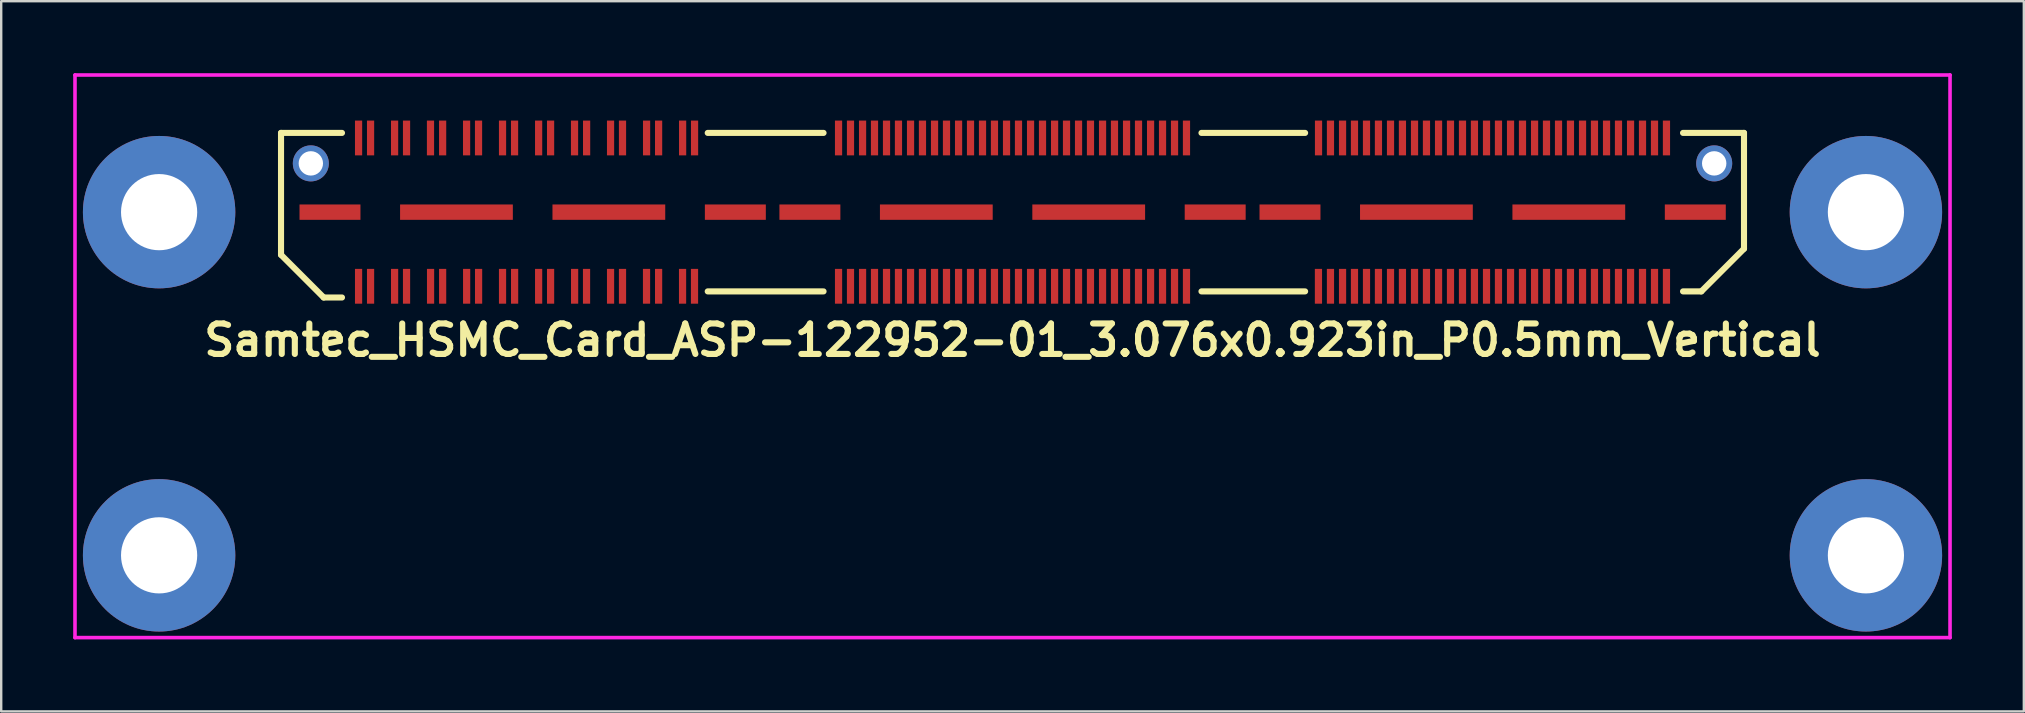
<source format=kicad_pcb>
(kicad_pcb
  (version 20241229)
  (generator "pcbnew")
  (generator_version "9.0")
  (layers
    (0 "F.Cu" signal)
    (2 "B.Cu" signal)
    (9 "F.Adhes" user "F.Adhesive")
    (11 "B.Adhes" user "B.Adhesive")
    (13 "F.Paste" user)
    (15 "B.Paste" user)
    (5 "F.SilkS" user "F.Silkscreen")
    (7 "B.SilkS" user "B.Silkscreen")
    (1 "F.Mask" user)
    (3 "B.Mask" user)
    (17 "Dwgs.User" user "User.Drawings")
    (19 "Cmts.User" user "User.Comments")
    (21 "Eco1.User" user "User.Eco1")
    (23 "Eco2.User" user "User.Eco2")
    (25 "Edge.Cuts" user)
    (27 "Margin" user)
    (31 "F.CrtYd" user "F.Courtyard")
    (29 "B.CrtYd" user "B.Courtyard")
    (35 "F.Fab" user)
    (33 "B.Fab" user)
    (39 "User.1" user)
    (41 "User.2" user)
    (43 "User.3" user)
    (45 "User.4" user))
  (footprint "Samtec_HSMC_Card_ASP-122952-01_3.076x0.923in_P0.5mm_Vertical"
    (layer "F.Cu")
    (at 39.14 5.79)
    (property "Reference" "Samtec_HSMC_Card_ASP-122952-01_3.076x0.923in_P0.5mm_Vertical" (at 0 5.334 0) (layer "F.SilkS") (effects (font (size 1.27 1.27) (thickness 0.254))))
    (attr smd)
    (fp_line (start -30.48 -3.302) (end -30.48 1.778) (stroke (width 0.254) (type solid)) (layer "F.SilkS"))
    (fp_line (start -30.48 1.778) (end -28.702 3.556) (stroke (width 0.254) (type solid)) (layer "F.SilkS"))
    (fp_line (start -28.702 3.556) (end -27.94 3.556) (stroke (width 0.254) (type solid)) (layer "F.SilkS"))
    (fp_line (start -27.94 -3.302) (end -30.48 -3.302) (stroke (width 0.254) (type solid)) (layer "F.SilkS"))
    (fp_line (start -12.7 3.302) (end -7.874 3.302) (stroke (width 0.254) (type solid)) (layer "F.SilkS"))
    (fp_line (start -7.874 -3.302) (end -12.7 -3.302) (stroke (width 0.254) (type solid)) (layer "F.SilkS"))
    (fp_line (start 7.874 3.302) (end 12.192 3.302) (stroke (width 0.254) (type solid)) (layer "F.SilkS"))
    (fp_line (start 12.192 -3.302) (end 7.874 -3.302) (stroke (width 0.254) (type solid)) (layer "F.SilkS"))
    (fp_line (start 27.94 -3.302) (end 30.48 -3.302) (stroke (width 0.254) (type solid)) (layer "F.SilkS"))
    (fp_line (start 27.94 3.302) (end 28.702 3.302) (stroke (width 0.254) (type solid)) (layer "F.SilkS"))
    (fp_line (start 28.702 3.302) (end 30.48 1.524) (stroke (width 0.254) (type solid)) (layer "F.SilkS"))
    (fp_line (start 30.48 -3.302) (end 30.48 1.524) (stroke (width 0.254) (type solid)) (layer "F.SilkS"))
    (fp_line (start -39.065 -5.715) (end -39.065 17.729) (stroke (width 0.15) (type solid)) (layer "F.CrtYd"))
    (fp_line (start -39.065 -5.715) (end 39.065 -5.715) (stroke (width 0.15) (type solid)) (layer "F.CrtYd"))
    (fp_line (start -39.065 17.729) (end 39.065 17.729) (stroke (width 0.15) (type solid)) (layer "F.CrtYd"))
    (fp_line (start 39.065 -5.715) (end 39.065 17.729) (stroke (width 0.15) (type solid)) (layer "F.CrtYd"))
    (pad "" np_thru_hole circle (at -35.56 0) (size 6.35 6.35) (drill 3.175) (layers "*.Cu" "*.Mask"))
    (pad "" np_thru_hole circle (at -35.56 14.3) (size 6.35 6.35) (drill 3.175) (layers "*.Cu" "*.Mask"))
    (pad "" np_thru_hole circle (at -29.238 -2.032) (size 1.501 1.501) (drill 1.016) (layers "*.Cu" "*.Mask"))
    (pad "" np_thru_hole circle (at 29.238 -2.032) (size 1.501 1.501) (drill 1.016) (layers "*.Cu" "*.Mask"))
    (pad "" np_thru_hole circle (at 35.56 0) (size 6.35 6.35) (drill 3.175) (layers "*.Cu" "*.Mask"))
    (pad "" np_thru_hole circle (at 35.56 14.3) (size 6.35 6.35) (drill 3.175) (layers "*.Cu" "*.Mask"))
    (pad "1" smd rect (at -27.249 -3.091) (size 0.3 1.45) (layers "F.Cu" "F.Mask" "F.Paste"))
    (pad "2" smd rect (at -27.249 3.089) (size 0.3 1.45) (layers "F.Cu" "F.Mask" "F.Paste"))
    (pad "3" smd rect (at -26.749 -3.091) (size 0.3 1.45) (layers "F.Cu" "F.Mask" "F.Paste"))
    (pad "4" smd rect (at -26.749 3.089) (size 0.3 1.45) (layers "F.Cu" "F.Mask" "F.Paste"))
    (pad "5" smd rect (at -25.748 -3.091) (size 0.3 1.45) (layers "F.Cu" "F.Mask" "F.Paste"))
    (pad "6" smd rect (at -25.748 3.089) (size 0.3 1.45) (layers "F.Cu" "F.Mask" "F.Paste"))
    (pad "7" smd rect (at -25.25 -3.091) (size 0.3 1.45) (layers "F.Cu" "F.Mask" "F.Paste"))
    (pad "8" smd rect (at -25.25 3.089) (size 0.3 1.45) (layers "F.Cu" "F.Mask" "F.Paste"))
    (pad "9" smd rect (at -24.252 -3.091) (size 0.3 1.45) (layers "F.Cu" "F.Mask" "F.Paste"))
    (pad "10" smd rect (at -24.249 3.089) (size 0.3 1.45) (layers "F.Cu" "F.Mask" "F.Paste"))
    (pad "11" smd rect (at -23.746 -3.091) (size 0.3 1.45) (layers "F.Cu" "F.Mask" "F.Paste"))
    (pad "12" smd rect (at -23.746 3.089) (size 0.3 1.45) (layers "F.Cu" "F.Mask" "F.Paste"))
    (pad "13" smd rect (at -22.748 -3.091) (size 0.3 1.45) (layers "F.Cu" "F.Mask" "F.Paste"))
    (pad "14" smd rect (at -22.746 3.089) (size 0.3 1.45) (layers "F.Cu" "F.Mask" "F.Paste"))
    (pad "15" smd rect (at -22.25 -3.091) (size 0.3 1.45) (layers "F.Cu" "F.Mask" "F.Paste"))
    (pad "16" smd rect (at -22.248 3.089) (size 0.3 1.45) (layers "F.Cu" "F.Mask" "F.Paste"))
    (pad "17" smd rect (at -21.25 -3.091) (size 0.3 1.45) (layers "F.Cu" "F.Mask" "F.Paste"))
    (pad "18" smd rect (at -21.25 3.089) (size 0.3 1.45) (layers "F.Cu" "F.Mask" "F.Paste"))
    (pad "19" smd rect (at -20.749 -3.091) (size 0.3 1.45) (layers "F.Cu" "F.Mask" "F.Paste"))
    (pad "20" smd rect (at -20.747 3.089) (size 0.3 1.45) (layers "F.Cu" "F.Mask" "F.Paste"))
    (pad "21" smd rect (at -19.746 -3.091) (size 0.3 1.45) (layers "F.Cu" "F.Mask" "F.Paste"))
    (pad "22" smd rect (at -19.746 3.089) (size 0.3 1.45) (layers "F.Cu" "F.Mask" "F.Paste"))
    (pad "23" smd rect (at -19.248 -3.091) (size 0.3 1.45) (layers "F.Cu" "F.Mask" "F.Paste"))
    (pad "24" smd rect (at -19.248 3.089) (size 0.3 1.45) (layers "F.Cu" "F.Mask" "F.Paste"))
    (pad "25" smd rect (at -18.25 -3.091) (size 0.3 1.45) (layers "F.Cu" "F.Mask" "F.Paste"))
    (pad "26" smd rect (at -18.247 3.089) (size 0.3 1.45) (layers "F.Cu" "F.Mask" "F.Paste"))
    (pad "27" smd rect (at -17.747 -3.091) (size 0.3 1.45) (layers "F.Cu" "F.Mask" "F.Paste"))
    (pad "28" smd rect (at -17.75 3.089) (size 0.3 1.45) (layers "F.Cu" "F.Mask" "F.Paste"))
    (pad "29" smd rect (at -16.749 -3.091) (size 0.3 1.45) (layers "F.Cu" "F.Mask" "F.Paste"))
    (pad "30" smd rect (at -16.749 3.089) (size 0.3 1.45) (layers "F.Cu" "F.Mask" "F.Paste"))
    (pad "31" smd rect (at -16.251 -3.091) (size 0.3 1.45) (layers "F.Cu" "F.Mask" "F.Paste"))
    (pad "32" smd rect (at -16.251 3.089) (size 0.3 1.45) (layers "F.Cu" "F.Mask" "F.Paste"))
    (pad "33" smd rect (at -15.248 -3.091) (size 0.3 1.45) (layers "F.Cu" "F.Mask" "F.Paste"))
    (pad "34" smd rect (at -15.25 3.089) (size 0.3 1.45) (layers "F.Cu" "F.Mask" "F.Paste"))
    (pad "35" smd rect (at -14.747 -3.091) (size 0.3 1.45) (layers "F.Cu" "F.Mask" "F.Paste"))
    (pad "36" smd rect (at -14.747 3.089) (size 0.3 1.45) (layers "F.Cu" "F.Mask" "F.Paste"))
    (pad "37" smd rect (at -13.746 -3.091) (size 0.3 1.45) (layers "F.Cu" "F.Mask" "F.Paste"))
    (pad "38" smd rect (at -13.749 3.089) (size 0.3 1.45) (layers "F.Cu" "F.Mask" "F.Paste"))
    (pad "39" smd rect (at -13.249 -3.091) (size 0.3 1.45) (layers "F.Cu" "F.Mask" "F.Paste"))
    (pad "40" smd rect (at -13.251 3.089) (size 0.3 1.45) (layers "F.Cu" "F.Mask" "F.Paste"))
    (pad "41" smd rect (at -7.249 -3.091) (size 0.3 1.45) (layers "F.Cu" "F.Mask" "F.Paste"))
    (pad "42" smd rect (at -7.249 3.089) (size 0.3 1.45) (layers "F.Cu" "F.Mask" "F.Paste"))
    (pad "43" smd rect (at -6.751 -3.091) (size 0.3 1.45) (layers "F.Cu" "F.Mask" "F.Paste"))
    (pad "44" smd rect (at -6.751 3.089) (size 0.3 1.45) (layers "F.Cu" "F.Mask" "F.Paste"))
    (pad "45" smd rect (at -6.248 -3.091) (size 0.3 1.45) (layers "F.Cu" "F.Mask" "F.Paste"))
    (pad "46" smd rect (at -6.248 3.089) (size 0.3 1.45) (layers "F.Cu" "F.Mask" "F.Paste"))
    (pad "47" smd rect (at -5.751 -3.091) (size 0.3 1.45) (layers "F.Cu" "F.Mask" "F.Paste"))
    (pad "48" smd rect (at -5.751 3.089) (size 0.3 1.45) (layers "F.Cu" "F.Mask" "F.Paste"))
    (pad "49" smd rect (at -5.25 -3.091) (size 0.3 1.45) (layers "F.Cu" "F.Mask" "F.Paste"))
    (pad "50" smd rect (at -5.25 3.089) (size 0.3 1.45) (layers "F.Cu" "F.Mask" "F.Paste"))
    (pad "51" smd rect (at -4.752 -3.091) (size 0.3 1.45) (layers "F.Cu" "F.Mask" "F.Paste"))
    (pad "52" smd rect (at -4.752 3.089) (size 0.3 1.45) (layers "F.Cu" "F.Mask" "F.Paste"))
    (pad "53" smd rect (at -4.249 -3.091) (size 0.3 1.45) (layers "F.Cu" "F.Mask" "F.Paste"))
    (pad "54" smd rect (at -4.249 3.089) (size 0.3 1.45) (layers "F.Cu" "F.Mask" "F.Paste"))
    (pad "55" smd rect (at -3.752 -3.091) (size 0.3 1.45) (layers "F.Cu" "F.Mask" "F.Paste"))
    (pad "56" smd rect (at -3.752 3.089) (size 0.3 1.45) (layers "F.Cu" "F.Mask" "F.Paste"))
    (pad "57" smd rect (at -3.249 -3.091) (size 0.3 1.45) (layers "F.Cu" "F.Mask" "F.Paste"))
    (pad "58" smd rect (at -3.249 3.089) (size 0.3 1.45) (layers "F.Cu" "F.Mask" "F.Paste"))
    (pad "59" smd rect (at -2.751 -3.091) (size 0.3 1.45) (layers "F.Cu" "F.Mask" "F.Paste"))
    (pad "60" smd rect (at -2.751 3.089) (size 0.3 1.45) (layers "F.Cu" "F.Mask" "F.Paste"))
    (pad "61" smd rect (at -2.248 -3.091) (size 0.3 1.45) (layers "F.Cu" "F.Mask" "F.Paste"))
    (pad "62" smd rect (at -2.248 3.089) (size 0.3 1.45) (layers "F.Cu" "F.Mask" "F.Paste"))
    (pad "63" smd rect (at -1.75 -3.091) (size 0.3 1.45) (layers "F.Cu" "F.Mask" "F.Paste"))
    (pad "64" smd rect (at -1.75 3.089) (size 0.3 1.45) (layers "F.Cu" "F.Mask" "F.Paste"))
    (pad "65" smd rect (at -1.25 -3.091) (size 0.3 1.45) (layers "F.Cu" "F.Mask" "F.Paste"))
    (pad "66" smd rect (at -1.25 3.089) (size 0.3 1.45) (layers "F.Cu" "F.Mask" "F.Paste"))
    (pad "67" smd rect (at -0.752 -3.091) (size 0.3 1.45) (layers "F.Cu" "F.Mask" "F.Paste"))
    (pad "68" smd rect (at -0.752 3.089) (size 0.3 1.45) (layers "F.Cu" "F.Mask" "F.Paste"))
    (pad "69" smd rect (at -0.249 -3.091) (size 0.3 1.45) (layers "F.Cu" "F.Mask" "F.Paste"))
    (pad "70" smd rect (at -0.249 3.089) (size 0.3 1.45) (layers "F.Cu" "F.Mask" "F.Paste"))
    (pad "71" smd rect (at 0.249 -3.091) (size 0.3 1.45) (layers "F.Cu" "F.Mask" "F.Paste"))
    (pad "72" smd rect (at 0.249 3.089) (size 0.3 1.45) (layers "F.Cu" "F.Mask" "F.Paste"))
    (pad "73" smd rect (at 0.752 -3.091) (size 0.3 1.45) (layers "F.Cu" "F.Mask" "F.Paste"))
    (pad "74" smd rect (at 0.752 3.089) (size 0.3 1.45) (layers "F.Cu" "F.Mask" "F.Paste"))
    (pad "75" smd rect (at 1.25 -3.091) (size 0.3 1.45) (layers "F.Cu" "F.Mask" "F.Paste"))
    (pad "76" smd rect (at 1.25 3.089) (size 0.3 1.45) (layers "F.Cu" "F.Mask" "F.Paste"))
    (pad "77" smd rect (at 1.753 -3.091) (size 0.3 1.45) (layers "F.Cu" "F.Mask" "F.Paste"))
    (pad "78" smd rect (at 1.753 3.089) (size 0.3 1.45) (layers "F.Cu" "F.Mask" "F.Paste"))
    (pad "79" smd rect (at 2.25 -3.091) (size 0.3 1.45) (layers "F.Cu" "F.Mask" "F.Paste"))
    (pad "80" smd rect (at 2.25 3.089) (size 0.3 1.45) (layers "F.Cu" "F.Mask" "F.Paste"))
    (pad "81" smd rect (at 2.751 -3.091) (size 0.3 1.45) (layers "F.Cu" "F.Mask" "F.Paste"))
    (pad "82" smd rect (at 2.751 3.089) (size 0.3 1.45) (layers "F.Cu" "F.Mask" "F.Paste"))
    (pad "83" smd rect (at 3.249 -3.091) (size 0.3 1.45) (layers "F.Cu" "F.Mask" "F.Paste"))
    (pad "84" smd rect (at 3.249 3.089) (size 0.3 1.45) (layers "F.Cu" "F.Mask" "F.Paste"))
    (pad "85" smd rect (at 3.752 -3.091) (size 0.3 1.45) (layers "F.Cu" "F.Mask" "F.Paste"))
    (pad "86" smd rect (at 3.752 3.089) (size 0.3 1.45) (layers "F.Cu" "F.Mask" "F.Paste"))
    (pad "87" smd rect (at 4.249 -3.091) (size 0.3 1.45) (layers "F.Cu" "F.Mask" "F.Paste"))
    (pad "88" smd rect (at 4.249 3.089) (size 0.3 1.45) (layers "F.Cu" "F.Mask" "F.Paste"))
    (pad "89" smd rect (at 4.752 -3.091) (size 0.3 1.45) (layers "F.Cu" "F.Mask" "F.Paste"))
    (pad "90" smd rect (at 4.752 3.089) (size 0.3 1.45) (layers "F.Cu" "F.Mask" "F.Paste"))
    (pad "91" smd rect (at 5.25 -3.091) (size 0.3 1.45) (layers "F.Cu" "F.Mask" "F.Paste"))
    (pad "92" smd rect (at 5.25 3.089) (size 0.3 1.45) (layers "F.Cu" "F.Mask" "F.Paste"))
    (pad "93" smd rect (at 5.753 -3.091) (size 0.3 1.45) (layers "F.Cu" "F.Mask" "F.Paste"))
    (pad "94" smd rect (at 5.753 3.089) (size 0.3 1.45) (layers "F.Cu" "F.Mask" "F.Paste"))
    (pad "95" smd rect (at 6.251 -3.091) (size 0.3 1.45) (layers "F.Cu" "F.Mask" "F.Paste"))
    (pad "96" smd rect (at 6.251 3.089) (size 0.3 1.45) (layers "F.Cu" "F.Mask" "F.Paste"))
    (pad "97" smd rect (at 6.751 -3.091) (size 0.3 1.45) (layers "F.Cu" "F.Mask" "F.Paste"))
    (pad "98" smd rect (at 6.751 3.089) (size 0.3 1.45) (layers "F.Cu" "F.Mask" "F.Paste"))
    (pad "99" smd rect (at 7.249 -3.091) (size 0.3 1.45) (layers "F.Cu" "F.Mask" "F.Paste"))
    (pad "100" smd rect (at 7.249 3.089) (size 0.3 1.45) (layers "F.Cu" "F.Mask" "F.Paste"))
    (pad "101" smd rect (at 12.751 -3.091) (size 0.3 1.45) (layers "F.Cu" "F.Mask" "F.Paste"))
    (pad "102" smd rect (at 12.748 3.089) (size 0.3 1.45) (layers "F.Cu" "F.Mask" "F.Paste"))
    (pad "103" smd rect (at 13.249 -3.091) (size 0.3 1.45) (layers "F.Cu" "F.Mask" "F.Paste"))
    (pad "104" smd rect (at 13.249 3.089) (size 0.3 1.45) (layers "F.Cu" "F.Mask" "F.Paste"))
    (pad "105" smd rect (at 13.752 -3.091) (size 0.3 1.45) (layers "F.Cu" "F.Mask" "F.Paste"))
    (pad "106" smd rect (at 13.752 3.089) (size 0.3 1.45) (layers "F.Cu" "F.Mask" "F.Paste"))
    (pad "107" smd rect (at 14.249 -3.091) (size 0.3 1.45) (layers "F.Cu" "F.Mask" "F.Paste"))
    (pad "108" smd rect (at 14.249 3.089) (size 0.3 1.45) (layers "F.Cu" "F.Mask" "F.Paste"))
    (pad "109" smd rect (at 14.75 -3.091) (size 0.3 1.45) (layers "F.Cu" "F.Mask" "F.Paste"))
    (pad "110" smd rect (at 14.75 3.089) (size 0.3 1.45) (layers "F.Cu" "F.Mask" "F.Paste"))
    (pad "111" smd rect (at 15.248 -3.091) (size 0.3 1.45) (layers "F.Cu" "F.Mask" "F.Paste"))
    (pad "112" smd rect (at 15.248 3.089) (size 0.3 1.45) (layers "F.Cu" "F.Mask" "F.Paste"))
    (pad "113" smd rect (at 15.751 -3.091) (size 0.3 1.45) (layers "F.Cu" "F.Mask" "F.Paste"))
    (pad "114" smd rect (at 15.751 3.089) (size 0.3 1.45) (layers "F.Cu" "F.Mask" "F.Paste"))
    (pad "115" smd rect (at 16.248 -3.091) (size 0.3 1.45) (layers "F.Cu" "F.Mask" "F.Paste"))
    (pad "116" smd rect (at 16.248 3.089) (size 0.3 1.45) (layers "F.Cu" "F.Mask" "F.Paste"))
    (pad "117" smd rect (at 16.751 -3.091) (size 0.3 1.45) (layers "F.Cu" "F.Mask" "F.Paste"))
    (pad "118" smd rect (at 16.751 3.089) (size 0.3 1.45) (layers "F.Cu" "F.Mask" "F.Paste"))
    (pad "119" smd rect (at 17.249 -3.091) (size 0.3 1.45) (layers "F.Cu" "F.Mask" "F.Paste"))
    (pad "120" smd rect (at 17.249 3.089) (size 0.3 1.45) (layers "F.Cu" "F.Mask" "F.Paste"))
    (pad "121" smd rect (at 17.752 -3.091) (size 0.3 1.45) (layers "F.Cu" "F.Mask" "F.Paste"))
    (pad "122" smd rect (at 17.752 3.089) (size 0.3 1.45) (layers "F.Cu" "F.Mask" "F.Paste"))
    (pad "123" smd rect (at 18.25 -3.091) (size 0.3 1.45) (layers "F.Cu" "F.Mask" "F.Paste"))
    (pad "124" smd rect (at 18.25 3.089) (size 0.3 1.45) (layers "F.Cu" "F.Mask" "F.Paste"))
    (pad "125" smd rect (at 18.75 -3.091) (size 0.3 1.45) (layers "F.Cu" "F.Mask" "F.Paste"))
    (pad "126" smd rect (at 18.75 3.089) (size 0.3 1.45) (layers "F.Cu" "F.Mask" "F.Paste"))
    (pad "127" smd rect (at 19.248 -3.091) (size 0.3 1.45) (layers "F.Cu" "F.Mask" "F.Paste"))
    (pad "128" smd rect (at 19.248 3.089) (size 0.3 1.45) (layers "F.Cu" "F.Mask" "F.Paste"))
    (pad "129" smd rect (at 19.751 -3.091) (size 0.3 1.45) (layers "F.Cu" "F.Mask" "F.Paste"))
    (pad "130" smd rect (at 19.751 3.089) (size 0.3 1.45) (layers "F.Cu" "F.Mask" "F.Paste"))
    (pad "131" smd rect (at 20.249 -3.091) (size 0.3 1.45) (layers "F.Cu" "F.Mask" "F.Paste"))
    (pad "132" smd rect (at 20.249 3.089) (size 0.3 1.45) (layers "F.Cu" "F.Mask" "F.Paste"))
    (pad "133" smd rect (at 20.752 -3.091) (size 0.3 1.45) (layers "F.Cu" "F.Mask" "F.Paste"))
    (pad "134" smd rect (at 20.752 3.089) (size 0.3 1.45) (layers "F.Cu" "F.Mask" "F.Paste"))
    (pad "135" smd rect (at 21.25 -3.091) (size 0.3 1.45) (layers "F.Cu" "F.Mask" "F.Paste"))
    (pad "136" smd rect (at 21.25 3.089) (size 0.3 1.45) (layers "F.Cu" "F.Mask" "F.Paste"))
    (pad "137" smd rect (at 21.753 -3.091) (size 0.3 1.45) (layers "F.Cu" "F.Mask" "F.Paste"))
    (pad "138" smd rect (at 21.753 3.089) (size 0.3 1.45) (layers "F.Cu" "F.Mask" "F.Paste"))
    (pad "139" smd rect (at 22.25 -3.091) (size 0.3 1.45) (layers "F.Cu" "F.Mask" "F.Paste"))
    (pad "140" smd rect (at 22.25 3.089) (size 0.3 1.45) (layers "F.Cu" "F.Mask" "F.Paste"))
    (pad "141" smd rect (at 22.751 -3.091) (size 0.3 1.45) (layers "F.Cu" "F.Mask" "F.Paste"))
    (pad "142" smd rect (at 22.751 3.089) (size 0.3 1.45) (layers "F.Cu" "F.Mask" "F.Paste"))
    (pad "143" smd rect (at 23.249 -3.091) (size 0.3 1.45) (layers "F.Cu" "F.Mask" "F.Paste"))
    (pad "144" smd rect (at 23.249 3.089) (size 0.3 1.45) (layers "F.Cu" "F.Mask" "F.Paste"))
    (pad "145" smd rect (at 23.752 -3.091) (size 0.3 1.45) (layers "F.Cu" "F.Mask" "F.Paste"))
    (pad "146" smd rect (at 23.752 3.089) (size 0.3 1.45) (layers "F.Cu" "F.Mask" "F.Paste"))
    (pad "147" smd rect (at 24.249 -3.091) (size 0.3 1.45) (layers "F.Cu" "F.Mask" "F.Paste"))
    (pad "148" smd rect (at 24.249 3.089) (size 0.3 1.45) (layers "F.Cu" "F.Mask" "F.Paste"))
    (pad "149" smd rect (at 24.752 -3.091) (size 0.3 1.45) (layers "F.Cu" "F.Mask" "F.Paste"))
    (pad "150" smd rect (at 24.752 3.089) (size 0.3 1.45) (layers "F.Cu" "F.Mask" "F.Paste"))
    (pad "151" smd rect (at 25.25 -3.091) (size 0.3 1.45) (layers "F.Cu" "F.Mask" "F.Paste"))
    (pad "152" smd rect (at 25.25 3.089) (size 0.3 1.45) (layers "F.Cu" "F.Mask" "F.Paste"))
    (pad "153" smd rect (at 25.753 -3.091) (size 0.3 1.45) (layers "F.Cu" "F.Mask" "F.Paste"))
    (pad "154" smd rect (at 25.753 3.089) (size 0.3 1.45) (layers "F.Cu" "F.Mask" "F.Paste"))
    (pad "155" smd rect (at 26.251 -3.091) (size 0.3 1.45) (layers "F.Cu" "F.Mask" "F.Paste"))
    (pad "156" smd rect (at 26.251 3.089) (size 0.3 1.45) (layers "F.Cu" "F.Mask" "F.Paste"))
    (pad "157" smd rect (at 26.751 -3.091) (size 0.3 1.45) (layers "F.Cu" "F.Mask" "F.Paste"))
    (pad "158" smd rect (at 26.751 3.089) (size 0.3 1.45) (layers "F.Cu" "F.Mask" "F.Paste"))
    (pad "159" smd rect (at 27.249 -3.091) (size 0.3 1.45) (layers "F.Cu" "F.Mask" "F.Paste"))
    (pad "160" smd rect (at 27.249 3.089) (size 0.3 1.45) (layers "F.Cu" "F.Mask" "F.Paste"))
    (pad "161" smd rect (at -28.44 0) (size 2.54 0.64) (layers "F.Cu" "F.Mask" "F.Paste"))
    (pad "162" smd rect (at -23.17 0) (size 4.699 0.64) (layers "F.Cu" "F.Mask" "F.Paste"))
    (pad "163" smd rect (at -16.82 0) (size 4.699 0.64) (layers "F.Cu" "F.Mask" "F.Paste"))
    (pad "164" smd rect (at -11.549 0) (size 2.54 0.64) (layers "F.Cu" "F.Mask" "F.Paste"))
    (pad "165" smd rect (at -8.443 0) (size 2.54 0.64) (layers "F.Cu" "F.Mask" "F.Paste"))
    (pad "166" smd rect (at -3.175 0) (size 4.699 0.64) (layers "F.Cu" "F.Mask" "F.Paste"))
    (pad "167" smd rect (at 3.175 0) (size 4.699 0.64) (layers "F.Cu" "F.Mask" "F.Paste"))
    (pad "168" smd rect (at 8.445 0) (size 2.54 0.64) (layers "F.Cu" "F.Mask" "F.Paste"))
    (pad "169" smd rect (at 11.562 0) (size 2.54 0.64) (layers "F.Cu" "F.Mask" "F.Paste"))
    (pad "170" smd rect (at 16.83 0) (size 4.699 0.64) (layers "F.Cu" "F.Mask" "F.Paste"))
    (pad "171" smd rect (at 23.18 0) (size 4.699 0.64) (layers "F.Cu" "F.Mask" "F.Paste"))
    (pad "172" smd rect (at 28.451 0) (size 2.54 0.64) (layers "F.Cu" "F.Mask" "F.Paste")))
  (gr_rect
    (start -3 -3)
    (end 81.28 26.594)
    (stroke (width 0.1) (type default))
    (fill no)
    (layer "Edge.Cuts")))
</source>
